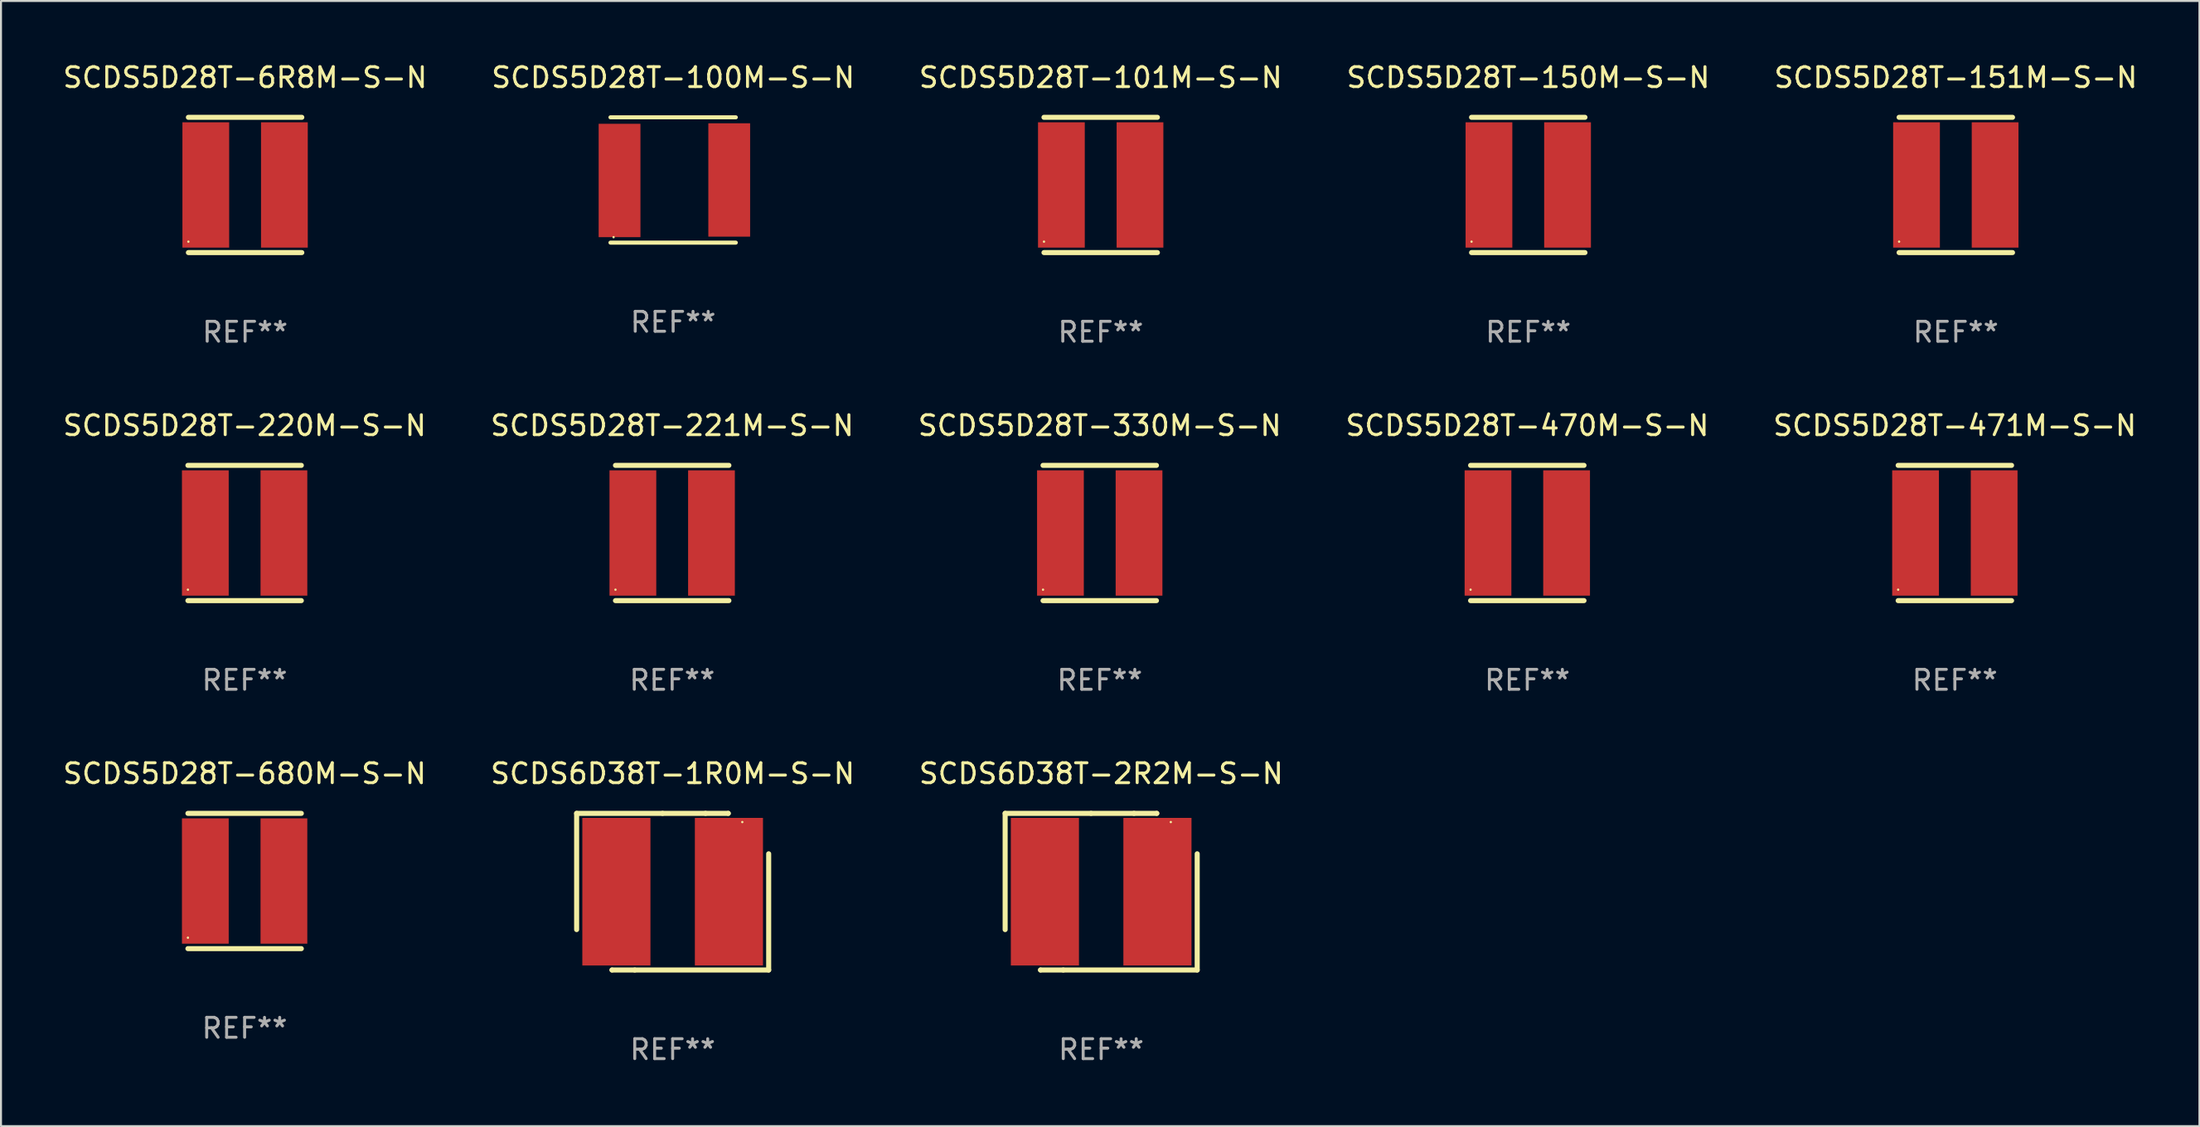
<source format=kicad_pcb>
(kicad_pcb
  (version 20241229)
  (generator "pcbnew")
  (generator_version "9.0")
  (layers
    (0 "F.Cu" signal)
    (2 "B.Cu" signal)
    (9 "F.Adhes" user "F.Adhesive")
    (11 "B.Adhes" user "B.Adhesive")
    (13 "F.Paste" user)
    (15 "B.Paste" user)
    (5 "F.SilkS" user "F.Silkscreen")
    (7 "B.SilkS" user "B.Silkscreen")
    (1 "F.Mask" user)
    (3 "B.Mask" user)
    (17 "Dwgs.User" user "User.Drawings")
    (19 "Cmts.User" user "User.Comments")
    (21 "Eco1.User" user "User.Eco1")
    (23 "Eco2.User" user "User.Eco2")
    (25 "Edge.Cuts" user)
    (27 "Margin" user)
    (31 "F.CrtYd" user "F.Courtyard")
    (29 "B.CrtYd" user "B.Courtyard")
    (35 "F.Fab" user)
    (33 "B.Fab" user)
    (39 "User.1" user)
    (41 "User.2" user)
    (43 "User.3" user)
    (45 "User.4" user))
  (footprint "SCDS5D28T-221M-S-N"
    (layer "F.Cu")
    (at 30.732 23.745)
    (property "Reference" "SCDS5D28T-221M-S-N" (at 0 -5.4 0) (layer "F.SilkS") (effects (font (size 1 1) (thickness 0.15))))
    (attr through_hole)
    (fp_line (start -2.85 -3.4) (end 2.85 -3.4) (stroke (width 0.254) (type solid)) (layer "F.SilkS"))
    (fp_line (start -2.85 3.4) (end 2.85 3.4) (stroke (width 0.254) (type solid)) (layer "F.SilkS"))
    (fp_circle (center -2.85 2.85) (end -2.82 2.85) (stroke (width 0.06) (type solid)) (fill no) (layer "F.SilkS"))
    (fp_text user "REF**" (at 0 7.4 0) (layer "F.Fab") (effects (font (size 1 1) (thickness 0.15))))
    (pad "1" smd rect (at -1.975 0 90) (size 6.3 2.35) (layers "F.Cu" "F.Mask" "F.Paste"))
    (pad "2" smd rect (at 1.975 0 90) (size 6.3 2.35) (layers "F.Cu" "F.Mask" "F.Paste")))
  (footprint "SCDS5D28T-470M-S-N"
    (layer "F.Cu")
    (at 73.708 23.745)
    (property "Reference" "SCDS5D28T-470M-S-N" (at 0 -5.4 0) (layer "F.SilkS") (effects (font (size 1 1) (thickness 0.15))))
    (attr through_hole)
    (fp_line (start -2.85 -3.4) (end 2.85 -3.4) (stroke (width 0.254) (type solid)) (layer "F.SilkS"))
    (fp_line (start -2.85 3.4) (end 2.85 3.4) (stroke (width 0.254) (type solid)) (layer "F.SilkS"))
    (fp_circle (center -2.85 2.85) (end -2.82 2.85) (stroke (width 0.06) (type solid)) (fill no) (layer "F.SilkS"))
    (fp_text user "REF**" (at 0 7.4 0) (layer "F.Fab") (effects (font (size 1 1) (thickness 0.15))))
    (pad "1" smd rect (at -1.975 0 90) (size 6.3 2.35) (layers "F.Cu" "F.Mask" "F.Paste"))
    (pad "2" smd rect (at 1.975 0 90) (size 6.3 2.35) (layers "F.Cu" "F.Mask" "F.Paste")))
  (footprint "SCDS5D28T-680M-S-N"
    (layer "F.Cu")
    (at 9.244 41.241)
    (property "Reference" "SCDS5D28T-680M-S-N" (at 0 -5.4 0) (layer "F.SilkS") (effects (font (size 1 1) (thickness 0.15))))
    (attr through_hole)
    (fp_line (start -2.85 -3.4) (end 2.85 -3.4) (stroke (width 0.254) (type solid)) (layer "F.SilkS"))
    (fp_line (start -2.85 3.4) (end 2.85 3.4) (stroke (width 0.254) (type solid)) (layer "F.SilkS"))
    (fp_circle (center -2.85 2.85) (end -2.82 2.85) (stroke (width 0.06) (type solid)) (fill no) (layer "F.SilkS"))
    (fp_text user "REF**" (at 0 7.4 0) (layer "F.Fab") (effects (font (size 1 1) (thickness 0.15))))
    (pad "1" smd rect (at -1.975 0 90) (size 6.3 2.35) (layers "F.Cu" "F.Mask" "F.Paste"))
    (pad "2" smd rect (at 1.975 0 90) (size 6.3 2.35) (layers "F.Cu" "F.Mask" "F.Paste")))
  (footprint "SCDS6D38T-1R0M-S-N"
    (layer "F.Cu")
    (at 30.756 41.778)
    (property "Reference" "SCDS6D38T-1R0M-S-N" (at 0 -5.937 0) (layer "F.SilkS") (effects (font (size 1 1) (thickness 0.15))))
    (attr through_hole)
    (fp_line (start -4.826 -3.937) (end -0.508 -3.937) (stroke (width 0.254) (type solid)) (layer "F.SilkS"))
    (fp_line (start -4.826 1.905) (end -4.826 -3.937) (stroke (width 0.254) (type solid)) (layer "F.SilkS"))
    (fp_line (start -3.048 3.937) (end -3.048 3.937) (stroke (width 0.254) (type solid)) (layer "F.SilkS"))
    (fp_line (start -1.905 3.937) (end -3.048 3.937) (stroke (width 0.254) (type solid)) (layer "F.SilkS"))
    (fp_line (start -0.508 -3.937) (end 1.651 -3.937) (stroke (width 0.254) (type solid)) (layer "F.SilkS"))
    (fp_line (start 1.651 -3.937) (end 2.794 -3.937) (stroke (width 0.254) (type solid)) (layer "F.SilkS"))
    (fp_line (start 2.794 -3.937) (end 2.794 -3.937) (stroke (width 0.254) (type solid)) (layer "F.SilkS"))
    (fp_line (start 4.826 -1.905) (end 4.826 3.937) (stroke (width 0.254) (type solid)) (layer "F.SilkS"))
    (fp_line (start 4.826 3.937) (end -1.905 3.937) (stroke (width 0.254) (type solid)) (layer "F.SilkS"))
    (fp_circle (center 3.5 -3.5) (end 3.53 -3.5) (stroke (width 0.06) (type solid)) (fill no) (layer "F.SilkS"))
    (fp_text user "REF**" (at 0 7.937 0) (layer "F.Fab") (effects (font (size 1 1) (thickness 0.15))))
    (pad "1" smd rect (at 2.828 0) (size 3.424 7.42) (layers "F.Cu" "F.Mask" "F.Paste"))
    (pad "2" smd rect (at -2.828 0) (size 3.424 7.42) (layers "F.Cu" "F.Mask" "F.Paste")))
  (footprint "SCDS5D28T-151M-S-N"
    (layer "F.Cu")
    (at 95.244 6.248)
    (property "Reference" "SCDS5D28T-151M-S-N" (at 0 -5.4 0) (layer "F.SilkS") (effects (font (size 1 1) (thickness 0.15))))
    (attr through_hole)
    (fp_line (start -2.85 -3.4) (end 2.85 -3.4) (stroke (width 0.254) (type solid)) (layer "F.SilkS"))
    (fp_line (start -2.85 3.4) (end 2.85 3.4) (stroke (width 0.254) (type solid)) (layer "F.SilkS"))
    (fp_circle (center -2.85 2.85) (end -2.82 2.85) (stroke (width 0.06) (type solid)) (fill no) (layer "F.SilkS"))
    (fp_text user "REF**" (at 0 7.4 0) (layer "F.Fab") (effects (font (size 1 1) (thickness 0.15))))
    (pad "1" smd rect (at -1.975 0 90) (size 6.3 2.35) (layers "F.Cu" "F.Mask" "F.Paste"))
    (pad "2" smd rect (at 1.975 0 90) (size 6.3 2.35) (layers "F.Cu" "F.Mask" "F.Paste")))
  (footprint "SCDS6D38T-2R2M-S-N"
    (layer "F.Cu")
    (at 52.292 41.778)
    (property "Reference" "SCDS6D38T-2R2M-S-N" (at 0 -5.937 0) (layer "F.SilkS") (effects (font (size 1 1) (thickness 0.15))))
    (attr through_hole)
    (fp_line (start -4.826 -3.937) (end -0.508 -3.937) (stroke (width 0.254) (type solid)) (layer "F.SilkS"))
    (fp_line (start -4.826 1.905) (end -4.826 -3.937) (stroke (width 0.254) (type solid)) (layer "F.SilkS"))
    (fp_line (start -3.048 3.937) (end -3.048 3.937) (stroke (width 0.254) (type solid)) (layer "F.SilkS"))
    (fp_line (start -1.905 3.937) (end -3.048 3.937) (stroke (width 0.254) (type solid)) (layer "F.SilkS"))
    (fp_line (start -0.508 -3.937) (end 1.651 -3.937) (stroke (width 0.254) (type solid)) (layer "F.SilkS"))
    (fp_line (start 1.651 -3.937) (end 2.794 -3.937) (stroke (width 0.254) (type solid)) (layer "F.SilkS"))
    (fp_line (start 2.794 -3.937) (end 2.794 -3.937) (stroke (width 0.254) (type solid)) (layer "F.SilkS"))
    (fp_line (start 4.826 -1.905) (end 4.826 3.937) (stroke (width 0.254) (type solid)) (layer "F.SilkS"))
    (fp_line (start 4.826 3.937) (end -1.905 3.937) (stroke (width 0.254) (type solid)) (layer "F.SilkS"))
    (fp_circle (center 3.5 -3.5) (end 3.53 -3.5) (stroke (width 0.06) (type solid)) (fill no) (layer "F.SilkS"))
    (fp_text user "REF**" (at 0 7.937 0) (layer "F.Fab") (effects (font (size 1 1) (thickness 0.15))))
    (pad "1" smd rect (at 2.828 0) (size 3.424 7.42) (layers "F.Cu" "F.Mask" "F.Paste"))
    (pad "2" smd rect (at -2.828 0) (size 3.424 7.42) (layers "F.Cu" "F.Mask" "F.Paste")))
  (footprint "SCDS5D28T-330M-S-N"
    (layer "F.Cu")
    (at 52.22 23.745)
    (property "Reference" "SCDS5D28T-330M-S-N" (at 0 -5.4 0) (layer "F.SilkS") (effects (font (size 1 1) (thickness 0.15))))
    (attr through_hole)
    (fp_line (start -2.85 -3.4) (end 2.85 -3.4) (stroke (width 0.254) (type solid)) (layer "F.SilkS"))
    (fp_line (start -2.85 3.4) (end 2.85 3.4) (stroke (width 0.254) (type solid)) (layer "F.SilkS"))
    (fp_circle (center -2.85 2.85) (end -2.82 2.85) (stroke (width 0.06) (type solid)) (fill no) (layer "F.SilkS"))
    (fp_text user "REF**" (at 0 7.4 0) (layer "F.Fab") (effects (font (size 1 1) (thickness 0.15))))
    (pad "1" smd rect (at -1.975 0 90) (size 6.3 2.35) (layers "F.Cu" "F.Mask" "F.Paste"))
    (pad "2" smd rect (at 1.975 0 90) (size 6.3 2.35) (layers "F.Cu" "F.Mask" "F.Paste")))
  (footprint "SCDS5D28T-150M-S-N"
    (layer "F.Cu")
    (at 73.756 6.248)
    (property "Reference" "SCDS5D28T-150M-S-N" (at 0 -5.4 0) (layer "F.SilkS") (effects (font (size 1 1) (thickness 0.15))))
    (attr through_hole)
    (fp_line (start -2.85 -3.4) (end 2.85 -3.4) (stroke (width 0.254) (type solid)) (layer "F.SilkS"))
    (fp_line (start -2.85 3.4) (end 2.85 3.4) (stroke (width 0.254) (type solid)) (layer "F.SilkS"))
    (fp_circle (center -2.85 2.85) (end -2.82 2.85) (stroke (width 0.06) (type solid)) (fill no) (layer "F.SilkS"))
    (fp_text user "REF**" (at 0 7.4 0) (layer "F.Fab") (effects (font (size 1 1) (thickness 0.15))))
    (pad "1" smd rect (at -1.975 0 90) (size 6.3 2.35) (layers "F.Cu" "F.Mask" "F.Paste"))
    (pad "2" smd rect (at 1.975 0 90) (size 6.3 2.35) (layers "F.Cu" "F.Mask" "F.Paste")))
  (footprint "SCDS5D28T-100M-S-N"
    (layer "F.Cu")
    (at 30.78 5.998)
    (property "Reference" "SCDS5D28T-100M-S-N" (at 0 -5.15 0) (layer "F.SilkS") (effects (font (size 1 1) (thickness 0.15))))
    (attr through_hole)
    (fp_line (start -3.15 -3.15) (end 3.15 -3.15) (stroke (width 0.203) (type solid)) (layer "F.SilkS"))
    (fp_line (start -3.15 3.15) (end 3.15 3.15) (stroke (width 0.203) (type solid)) (layer "F.SilkS"))
    (fp_circle (center -2.993 2.875) (end -2.963 2.875) (stroke (width 0.06) (type solid)) (fill no) (layer "F.SilkS"))
    (fp_text user "REF**" (at 0 7.15 0) (layer "F.Fab") (effects (font (size 1 1) (thickness 0.15))))
    (pad "1" smd rect (at -2.693 0.025 90) (size 5.7 2.1) (layers "F.Cu" "F.Mask" "F.Paste"))
    (pad "2" smd rect (at 2.819 -0.000406 90) (size 5.7 2.1) (layers "F.Cu" "F.Mask" "F.Paste")))
  (footprint "SCDS5D28T-220M-S-N"
    (layer "F.Cu")
    (at 9.244 23.745)
    (property "Reference" "SCDS5D28T-220M-S-N" (at 0 -5.4 0) (layer "F.SilkS") (effects (font (size 1 1) (thickness 0.15))))
    (attr through_hole)
    (fp_line (start -2.85 -3.4) (end 2.85 -3.4) (stroke (width 0.254) (type solid)) (layer "F.SilkS"))
    (fp_line (start -2.85 3.4) (end 2.85 3.4) (stroke (width 0.254) (type solid)) (layer "F.SilkS"))
    (fp_circle (center -2.85 2.85) (end -2.82 2.85) (stroke (width 0.06) (type solid)) (fill no) (layer "F.SilkS"))
    (fp_text user "REF**" (at 0 7.4 0) (layer "F.Fab") (effects (font (size 1 1) (thickness 0.15))))
    (pad "1" smd rect (at -1.975 0 90) (size 6.3 2.35) (layers "F.Cu" "F.Mask" "F.Paste"))
    (pad "2" smd rect (at 1.975 0 90) (size 6.3 2.35) (layers "F.Cu" "F.Mask" "F.Paste")))
  (footprint "SCDS5D28T-101M-S-N"
    (layer "F.Cu")
    (at 52.268 6.248)
    (property "Reference" "SCDS5D28T-101M-S-N" (at 0 -5.4 0) (layer "F.SilkS") (effects (font (size 1 1) (thickness 0.15))))
    (attr through_hole)
    (fp_line (start -2.85 -3.4) (end 2.85 -3.4) (stroke (width 0.254) (type solid)) (layer "F.SilkS"))
    (fp_line (start -2.85 3.4) (end 2.85 3.4) (stroke (width 0.254) (type solid)) (layer "F.SilkS"))
    (fp_circle (center -2.85 2.85) (end -2.82 2.85) (stroke (width 0.06) (type solid)) (fill no) (layer "F.SilkS"))
    (fp_text user "REF**" (at 0 7.4 0) (layer "F.Fab") (effects (font (size 1 1) (thickness 0.15))))
    (pad "1" smd rect (at -1.975 0 90) (size 6.3 2.35) (layers "F.Cu" "F.Mask" "F.Paste"))
    (pad "2" smd rect (at 1.975 0 90) (size 6.3 2.35) (layers "F.Cu" "F.Mask" "F.Paste")))
  (footprint "SCDS5D28T-6R8M-S-N"
    (layer "F.Cu")
    (at 9.268 6.248)
    (property "Reference" "SCDS5D28T-6R8M-S-N" (at 0 -5.4 0) (layer "F.SilkS") (effects (font (size 1 1) (thickness 0.15))))
    (attr through_hole)
    (fp_line (start -2.85 -3.4) (end 2.85 -3.4) (stroke (width 0.254) (type solid)) (layer "F.SilkS"))
    (fp_line (start -2.85 3.4) (end 2.85 3.4) (stroke (width 0.254) (type solid)) (layer "F.SilkS"))
    (fp_circle (center -2.85 2.85) (end -2.82 2.85) (stroke (width 0.06) (type solid)) (fill no) (layer "F.SilkS"))
    (fp_text user "REF**" (at 0 7.4 0) (layer "F.Fab") (effects (font (size 1 1) (thickness 0.15))))
    (pad "1" smd rect (at -1.975 0 90) (size 6.3 2.35) (layers "F.Cu" "F.Mask" "F.Paste"))
    (pad "2" smd rect (at 1.975 0 90) (size 6.3 2.35) (layers "F.Cu" "F.Mask" "F.Paste")))
  (footprint "SCDS5D28T-471M-S-N"
    (layer "F.Cu")
    (at 95.196 23.745)
    (property "Reference" "SCDS5D28T-471M-S-N" (at 0 -5.4 0) (layer "F.SilkS") (effects (font (size 1 1) (thickness 0.15))))
    (attr through_hole)
    (fp_line (start -2.85 -3.4) (end 2.85 -3.4) (stroke (width 0.254) (type solid)) (layer "F.SilkS"))
    (fp_line (start -2.85 3.4) (end 2.85 3.4) (stroke (width 0.254) (type solid)) (layer "F.SilkS"))
    (fp_circle (center -2.85 2.85) (end -2.82 2.85) (stroke (width 0.06) (type solid)) (fill no) (layer "F.SilkS"))
    (fp_text user "REF**" (at 0 7.4 0) (layer "F.Fab") (effects (font (size 1 1) (thickness 0.15))))
    (pad "1" smd rect (at -1.975 0 90) (size 6.3 2.35) (layers "F.Cu" "F.Mask" "F.Paste"))
    (pad "2" smd rect (at 1.975 0 90) (size 6.3 2.35) (layers "F.Cu" "F.Mask" "F.Paste")))
  (gr_rect
    (start -3 -3)
    (end 107.488 53.564)
    (stroke (width 0.1) (type default))
    (fill no)
    (layer "Edge.Cuts")))
</source>
